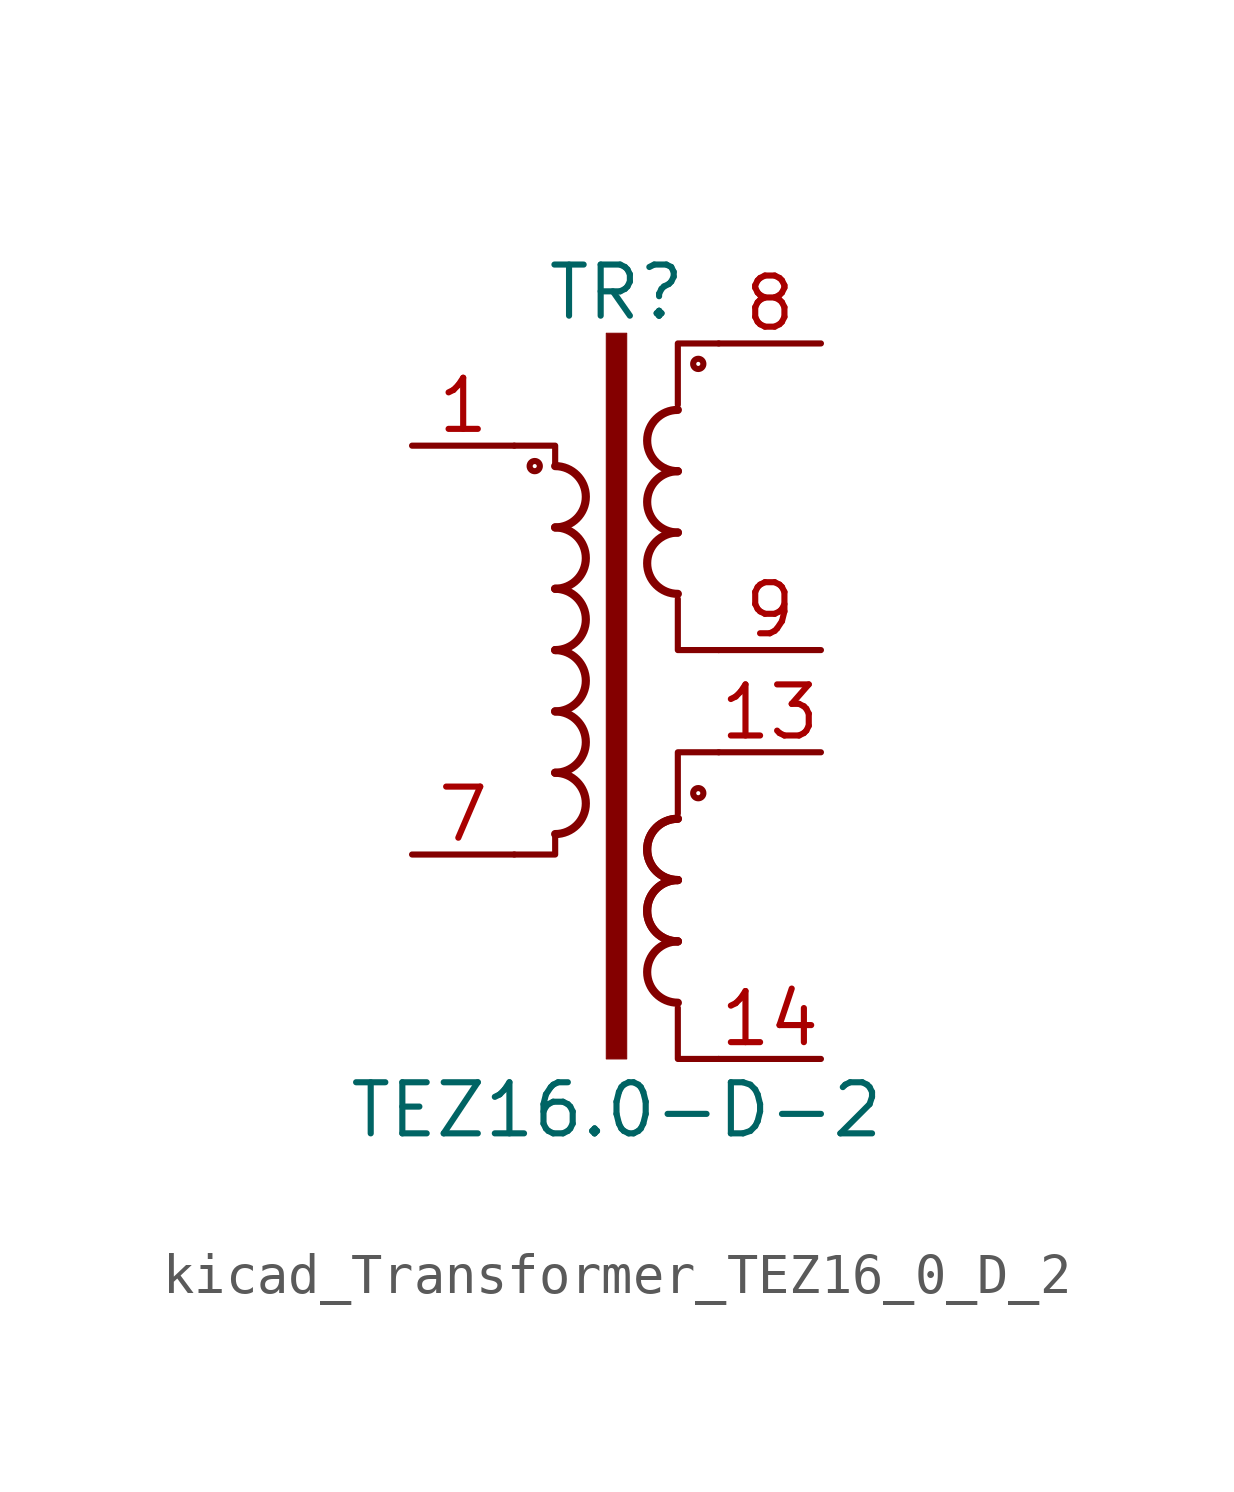
<source format=kicad_sym>
(kicad_symbol_lib
  (version 20220914)
  (generator kicad_symbol_editor)
  (symbol "kicad_Transformer_TEZ16_0_D_2"
    (pin_names
      (offset 0.025))
    (property "Reference" "TR"
      (at 0 8.89 0)
      (effects (font (size 1.27 1.27))))
    (property "Value" "TEZ16.0-D-2"
      (at 0 -11.43 0)
      (effects (font (size 1.27 1.27))))
    (symbol "kicad_Transformer_TEZ16_0_D_2_0_1"
      (circle (center -2.032 4.572) (radius 0.127) (stroke (width 0) (type default)) (fill (type none)))
      (arc (start -1.524 -4.572) (mid -0.7653 -3.81) (end -1.524 -3.048) (stroke (width 0.2032) (type default)) (fill (type none)))
      (arc (start -1.524 -3.048) (mid -0.7653 -2.286) (end -1.524 -1.524) (stroke (width 0.2032) (type default)) (fill (type none)))
      (arc (start -1.524 -1.524) (mid -0.7653 -0.762) (end -1.524 0) (stroke (width 0.2032) (type default)) (fill (type none)))
      (arc (start -1.524 0) (mid -0.7653 0.762) (end -1.524 1.524) (stroke (width 0.2032) (type default)) (fill (type none)))
      (arc (start -1.524 1.524) (mid -0.7653 2.286) (end -1.524 3.048) (stroke (width 0.2032) (type default)) (fill (type none)))
      (arc (start -1.524 3.048) (mid -0.7653 3.81) (end -1.524 4.572) (stroke (width 0.2032) (type default)) (fill (type none)))
      (rectangle (start -0.254 7.874) (end 0.254 -10.16) (stroke (width 0.025) (type default)) (fill (type outline)))
      (polyline (pts (xy -1.524 -4.572) (xy -1.524 -5.08) (xy -2.54 -5.08)) (stroke (width 0) (type default)) (fill (type none)))
      (polyline (pts (xy -1.524 4.572) (xy -1.524 5.08) (xy -2.54 5.08)) (stroke (width 0) (type default)) (fill (type none)))
      (polyline (pts (xy 1.524 -8.89) (xy 1.524 -10.16) (xy 2.54 -10.16)) (stroke (width 0) (type default)) (fill (type none)))
      (polyline (pts (xy 2.54 -2.54) (xy 1.524 -2.54) (xy 1.524 -4.064)) (stroke (width 0) (type default)) (fill (type none)))
      (polyline (pts (xy 2.54 0) (xy 1.524 0) (xy 1.524 1.27)) (stroke (width 0) (type default)) (fill (type none)))
      (polyline (pts (xy 2.54 7.62) (xy 1.524 7.62) (xy 1.524 6.096)) (stroke (width 0) (type default)) (fill (type none)))
      (arc (start 1.524 -7.239) (mid 0.7653 -8.001) (end 1.524 -8.763) (stroke (width 0.2032) (type default)) (fill (type none)))
      (arc (start 1.524 -5.715) (mid 0.7653 -6.477) (end 1.524 -7.239) (stroke (width 0.2032) (type default)) (fill (type none)))
      (arc (start 1.524 -5.715) (mid 0.7653 -6.477) (end 1.524 -7.239) (stroke (width 0.2032) (type default)) (fill (type none)))
      (arc (start 1.524 -4.191) (mid 0.7653 -4.953) (end 1.524 -5.715) (stroke (width 0.2032) (type default)) (fill (type none)))
      (arc (start 1.524 -4.191) (mid 0.7653 -4.953) (end 1.524 -5.715) (stroke (width 0.2032) (type default)) (fill (type none)))
      (arc (start 1.524 2.921) (mid 0.7653 2.159) (end 1.524 1.397) (stroke (width 0.2032) (type default)) (fill (type none)))
      (arc (start 1.524 4.445) (mid 0.7653 3.683) (end 1.524 2.921) (stroke (width 0.2032) (type default)) (fill (type none)))
      (arc (start 1.524 5.969) (mid 0.7653 5.207) (end 1.524 4.445) (stroke (width 0.2032) (type default)) (fill (type none)))
      (circle (center 2.032 -3.556) (radius 0.127) (stroke (width 0) (type default)) (fill (type none)))
      (circle (center 2.032 7.112) (radius 0.127) (stroke (width 0) (type default)) (fill (type none))))
    (symbol "kicad_Transformer_TEZ16_0_D_2_1_1"
      (pin passive line (at -5.08 5.08 0) (length 2.54) (name "~" (effects (font (size 1.27 1.27)))) (number "1" (effects (font (size 1.27 1.27)))))
      (pin passive line (at 5.08 -2.54 180) (length 2.54) (name "~" (effects (font (size 1.27 1.27)))) (number "13" (effects (font (size 1.27 1.27)))))
      (pin passive line (at 5.08 -10.16 180) (length 2.54) (name "~" (effects (font (size 1.27 1.27)))) (number "14" (effects (font (size 1.27 1.27)))))
      (pin passive line (at -5.08 -5.08 0) (length 2.54) (name "~" (effects (font (size 1.27 1.27)))) (number "7" (effects (font (size 1.27 1.27)))))
      (pin passive line (at 5.08 7.62 180) (length 2.54) (name "~" (effects (font (size 1.27 1.27)))) (number "8" (effects (font (size 1.27 1.27)))))
      (pin passive line (at 5.08 0 180) (length 2.54) (name "~" (effects (font (size 1.27 1.27)))) (number "9" (effects (font (size 1.27 1.27))))))))
</source>
